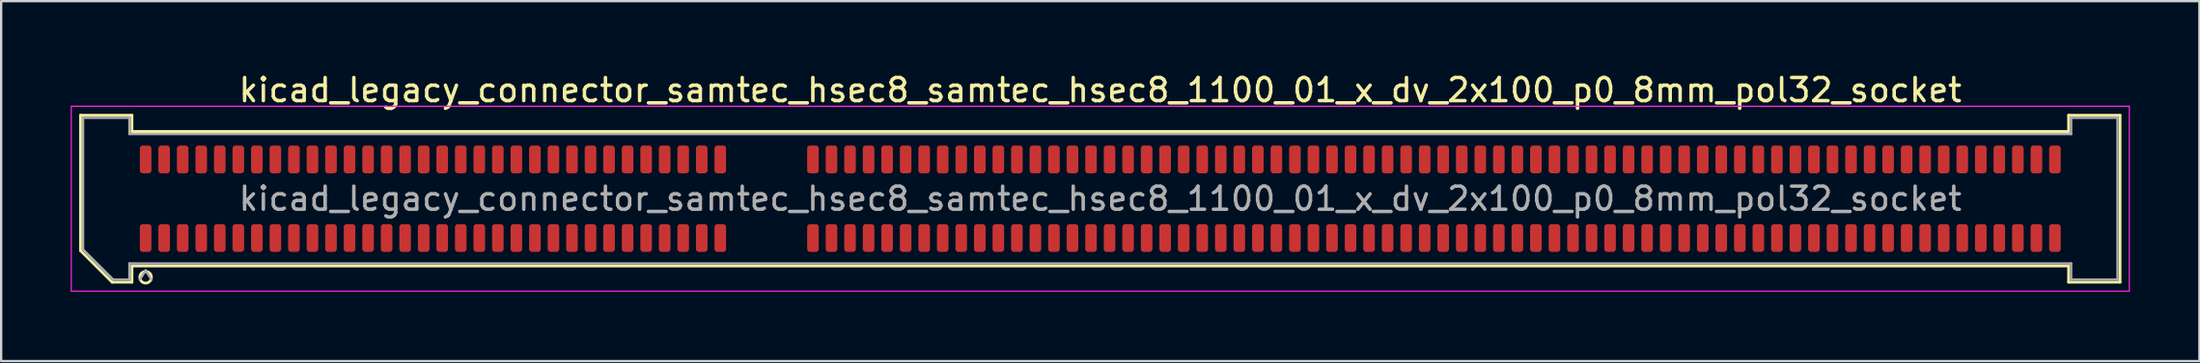
<source format=kicad_pcb>
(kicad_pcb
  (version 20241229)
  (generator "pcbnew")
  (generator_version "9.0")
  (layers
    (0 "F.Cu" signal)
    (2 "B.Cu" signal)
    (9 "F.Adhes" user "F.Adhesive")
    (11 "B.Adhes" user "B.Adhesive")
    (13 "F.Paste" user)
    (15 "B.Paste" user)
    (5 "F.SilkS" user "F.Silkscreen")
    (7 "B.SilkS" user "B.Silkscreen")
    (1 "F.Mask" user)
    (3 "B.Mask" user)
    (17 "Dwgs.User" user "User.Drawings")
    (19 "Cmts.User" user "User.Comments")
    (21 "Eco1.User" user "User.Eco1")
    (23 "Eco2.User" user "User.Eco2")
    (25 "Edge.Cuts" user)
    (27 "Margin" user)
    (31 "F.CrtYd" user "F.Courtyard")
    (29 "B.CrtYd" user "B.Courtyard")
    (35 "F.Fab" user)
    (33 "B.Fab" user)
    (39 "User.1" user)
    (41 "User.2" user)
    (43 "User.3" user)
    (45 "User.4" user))
  (footprint "kicad_legacy_connector_samtec_hsec8_samtec_hsec8_1100_01_x_dv_2x100_p0_8mm_pol32_socket"
    (layer "F.Cu")
    (at 44.435 5.548)
    (property "Reference" "kicad_legacy_connector_samtec_hsec8_samtec_hsec8_1100_01_x_dv_2x100_p0_8mm_pol32_socket" (at 0 -4.7 0) (layer "F.SilkS") (effects (font (size 1 1) (thickness 0.15))))
    (attr smd)
    (fp_line (start -44.01 -3.61) (end -41.79 -3.61) (stroke (width 0.12) (type solid)) (layer "F.SilkS"))
    (fp_line (start -44.01 2.246) (end -44.01 -3.61) (stroke (width 0.12) (type solid)) (layer "F.SilkS"))
    (fp_line (start -42.646 3.61) (end -44.01 2.246) (stroke (width 0.12) (type solid)) (layer "F.SilkS"))
    (fp_line (start -41.79 -3.61) (end -41.79 -2.91) (stroke (width 0.12) (type solid)) (layer "F.SilkS"))
    (fp_line (start -41.79 -2.91) (end 41.79 -2.91) (stroke (width 0.12) (type solid)) (layer "F.SilkS"))
    (fp_line (start -41.79 2.91) (end -41.79 3.61) (stroke (width 0.12) (type solid)) (layer "F.SilkS"))
    (fp_line (start -41.79 3.61) (end -42.646 3.61) (stroke (width 0.12) (type solid)) (layer "F.SilkS"))
    (fp_line (start 41.79 -3.61) (end 44.01 -3.61) (stroke (width 0.12) (type solid)) (layer "F.SilkS"))
    (fp_line (start 41.79 -2.91) (end 41.79 -3.61) (stroke (width 0.12) (type solid)) (layer "F.SilkS"))
    (fp_line (start 41.79 2.91) (end -41.79 2.91) (stroke (width 0.12) (type solid)) (layer "F.SilkS"))
    (fp_line (start 41.79 3.61) (end 41.79 2.91) (stroke (width 0.12) (type solid)) (layer "F.SilkS"))
    (fp_line (start 44.01 -3.61) (end 44.01 3.61) (stroke (width 0.12) (type solid)) (layer "F.SilkS"))
    (fp_line (start 44.01 3.61) (end 41.79 3.61) (stroke (width 0.12) (type solid)) (layer "F.SilkS"))
    (fp_arc (start -40.95 3.4) (mid -41.45 3.4) (end -40.95 3.4) (stroke (width 0.12) (type solid)) (layer "F.SilkS"))
    (fp_line (start -44.41 -4) (end -44.41 4) (stroke (width 0.05) (type solid)) (layer "F.CrtYd"))
    (fp_line (start -44.41 4) (end 44.41 4) (stroke (width 0.05) (type solid)) (layer "F.CrtYd"))
    (fp_line (start 44.41 -4) (end -44.41 -4) (stroke (width 0.05) (type solid)) (layer "F.CrtYd"))
    (fp_line (start 44.41 4) (end 44.41 -4) (stroke (width 0.05) (type solid)) (layer "F.CrtYd"))
    (fp_line (start -43.9 -3.5) (end -41.9 -3.5) (stroke (width 0.1) (type solid)) (layer "F.Fab"))
    (fp_line (start -43.9 2.2) (end -43.9 -3.5) (stroke (width 0.1) (type solid)) (layer "F.Fab"))
    (fp_line (start -42.6 3.5) (end -43.9 2.2) (stroke (width 0.1) (type solid)) (layer "F.Fab"))
    (fp_line (start -41.9 -3.5) (end -41.9 -2.8) (stroke (width 0.1) (type solid)) (layer "F.Fab"))
    (fp_line (start -41.9 -2.8) (end 41.9 -2.8) (stroke (width 0.1) (type solid)) (layer "F.Fab"))
    (fp_line (start -41.9 2.8) (end -41.9 3.5) (stroke (width 0.1) (type solid)) (layer "F.Fab"))
    (fp_line (start -41.9 3.5) (end -42.6 3.5) (stroke (width 0.1) (type solid)) (layer "F.Fab"))
    (fp_line (start -41.2 3.1) (end -41.45 3.5) (stroke (width 0.1) (type solid)) (layer "F.Fab"))
    (fp_line (start -41.2 3.1) (end -40.95 3.5) (stroke (width 0.1) (type solid)) (layer "F.Fab"))
    (fp_line (start 41.9 -3.5) (end 43.9 -3.5) (stroke (width 0.1) (type solid)) (layer "F.Fab"))
    (fp_line (start 41.9 -2.8) (end 41.9 -3.5) (stroke (width 0.1) (type solid)) (layer "F.Fab"))
    (fp_line (start 41.9 2.8) (end -41.9 2.8) (stroke (width 0.1) (type solid)) (layer "F.Fab"))
    (fp_line (start 41.9 3.5) (end 41.9 2.8) (stroke (width 0.1) (type solid)) (layer "F.Fab"))
    (fp_line (start 43.9 -3.5) (end 43.9 3.5) (stroke (width 0.1) (type solid)) (layer "F.Fab"))
    (fp_line (start 43.9 3.5) (end 41.9 3.5) (stroke (width 0.1) (type solid)) (layer "F.Fab"))
    (fp_text user "${REFERENCE}" (at 0 0 0) (layer "F.Fab") (effects (font (size 1 1) (thickness 0.15))))
    (pad "1" smd roundrect (at -41.2 1.7) (size 0.5 1.2) (layers "F.Cu" "F.Mask" "F.Paste") (roundrect_rratio 0.25))
    (pad "2" smd roundrect (at -41.2 -1.7) (size 0.5 1.2) (layers "F.Cu" "F.Mask" "F.Paste") (roundrect_rratio 0.25))
    (pad "3" smd roundrect (at -40.4 1.7) (size 0.5 1.2) (layers "F.Cu" "F.Mask" "F.Paste") (roundrect_rratio 0.25))
    (pad "4" smd roundrect (at -40.4 -1.7) (size 0.5 1.2) (layers "F.Cu" "F.Mask" "F.Paste") (roundrect_rratio 0.25))
    (pad "5" smd roundrect (at -39.6 1.7) (size 0.5 1.2) (layers "F.Cu" "F.Mask" "F.Paste") (roundrect_rratio 0.25))
    (pad "6" smd roundrect (at -39.6 -1.7) (size 0.5 1.2) (layers "F.Cu" "F.Mask" "F.Paste") (roundrect_rratio 0.25))
    (pad "7" smd roundrect (at -38.8 1.7) (size 0.5 1.2) (layers "F.Cu" "F.Mask" "F.Paste") (roundrect_rratio 0.25))
    (pad "8" smd roundrect (at -38.8 -1.7) (size 0.5 1.2) (layers "F.Cu" "F.Mask" "F.Paste") (roundrect_rratio 0.25))
    (pad "9" smd roundrect (at -38 1.7) (size 0.5 1.2) (layers "F.Cu" "F.Mask" "F.Paste") (roundrect_rratio 0.25))
    (pad "10" smd roundrect (at -38 -1.7) (size 0.5 1.2) (layers "F.Cu" "F.Mask" "F.Paste") (roundrect_rratio 0.25))
    (pad "11" smd roundrect (at -37.2 1.7) (size 0.5 1.2) (layers "F.Cu" "F.Mask" "F.Paste") (roundrect_rratio 0.25))
    (pad "12" smd roundrect (at -37.2 -1.7) (size 0.5 1.2) (layers "F.Cu" "F.Mask" "F.Paste") (roundrect_rratio 0.25))
    (pad "13" smd roundrect (at -36.4 1.7) (size 0.5 1.2) (layers "F.Cu" "F.Mask" "F.Paste") (roundrect_rratio 0.25))
    (pad "14" smd roundrect (at -36.4 -1.7) (size 0.5 1.2) (layers "F.Cu" "F.Mask" "F.Paste") (roundrect_rratio 0.25))
    (pad "15" smd roundrect (at -35.6 1.7) (size 0.5 1.2) (layers "F.Cu" "F.Mask" "F.Paste") (roundrect_rratio 0.25))
    (pad "16" smd roundrect (at -35.6 -1.7) (size 0.5 1.2) (layers "F.Cu" "F.Mask" "F.Paste") (roundrect_rratio 0.25))
    (pad "17" smd roundrect (at -34.8 1.7) (size 0.5 1.2) (layers "F.Cu" "F.Mask" "F.Paste") (roundrect_rratio 0.25))
    (pad "18" smd roundrect (at -34.8 -1.7) (size 0.5 1.2) (layers "F.Cu" "F.Mask" "F.Paste") (roundrect_rratio 0.25))
    (pad "19" smd roundrect (at -34 1.7) (size 0.5 1.2) (layers "F.Cu" "F.Mask" "F.Paste") (roundrect_rratio 0.25))
    (pad "20" smd roundrect (at -34 -1.7) (size 0.5 1.2) (layers "F.Cu" "F.Mask" "F.Paste") (roundrect_rratio 0.25))
    (pad "21" smd roundrect (at -33.2 1.7) (size 0.5 1.2) (layers "F.Cu" "F.Mask" "F.Paste") (roundrect_rratio 0.25))
    (pad "22" smd roundrect (at -33.2 -1.7) (size 0.5 1.2) (layers "F.Cu" "F.Mask" "F.Paste") (roundrect_rratio 0.25))
    (pad "23" smd roundrect (at -32.4 1.7) (size 0.5 1.2) (layers "F.Cu" "F.Mask" "F.Paste") (roundrect_rratio 0.25))
    (pad "24" smd roundrect (at -32.4 -1.7) (size 0.5 1.2) (layers "F.Cu" "F.Mask" "F.Paste") (roundrect_rratio 0.25))
    (pad "25" smd roundrect (at -31.6 1.7) (size 0.5 1.2) (layers "F.Cu" "F.Mask" "F.Paste") (roundrect_rratio 0.25))
    (pad "26" smd roundrect (at -31.6 -1.7) (size 0.5 1.2) (layers "F.Cu" "F.Mask" "F.Paste") (roundrect_rratio 0.25))
    (pad "27" smd roundrect (at -30.8 1.7) (size 0.5 1.2) (layers "F.Cu" "F.Mask" "F.Paste") (roundrect_rratio 0.25))
    (pad "28" smd roundrect (at -30.8 -1.7) (size 0.5 1.2) (layers "F.Cu" "F.Mask" "F.Paste") (roundrect_rratio 0.25))
    (pad "29" smd roundrect (at -30 1.7) (size 0.5 1.2) (layers "F.Cu" "F.Mask" "F.Paste") (roundrect_rratio 0.25))
    (pad "30" smd roundrect (at -30 -1.7) (size 0.5 1.2) (layers "F.Cu" "F.Mask" "F.Paste") (roundrect_rratio 0.25))
    (pad "31" smd roundrect (at -29.2 1.7) (size 0.5 1.2) (layers "F.Cu" "F.Mask" "F.Paste") (roundrect_rratio 0.25))
    (pad "32" smd roundrect (at -29.2 -1.7) (size 0.5 1.2) (layers "F.Cu" "F.Mask" "F.Paste") (roundrect_rratio 0.25))
    (pad "33" smd roundrect (at -28.4 1.7) (size 0.5 1.2) (layers "F.Cu" "F.Mask" "F.Paste") (roundrect_rratio 0.25))
    (pad "34" smd roundrect (at -28.4 -1.7) (size 0.5 1.2) (layers "F.Cu" "F.Mask" "F.Paste") (roundrect_rratio 0.25))
    (pad "35" smd roundrect (at -27.6 1.7) (size 0.5 1.2) (layers "F.Cu" "F.Mask" "F.Paste") (roundrect_rratio 0.25))
    (pad "36" smd roundrect (at -27.6 -1.7) (size 0.5 1.2) (layers "F.Cu" "F.Mask" "F.Paste") (roundrect_rratio 0.25))
    (pad "37" smd roundrect (at -26.8 1.7) (size 0.5 1.2) (layers "F.Cu" "F.Mask" "F.Paste") (roundrect_rratio 0.25))
    (pad "38" smd roundrect (at -26.8 -1.7) (size 0.5 1.2) (layers "F.Cu" "F.Mask" "F.Paste") (roundrect_rratio 0.25))
    (pad "39" smd roundrect (at -26 1.7) (size 0.5 1.2) (layers "F.Cu" "F.Mask" "F.Paste") (roundrect_rratio 0.25))
    (pad "40" smd roundrect (at -26 -1.7) (size 0.5 1.2) (layers "F.Cu" "F.Mask" "F.Paste") (roundrect_rratio 0.25))
    (pad "41" smd roundrect (at -25.2 1.7) (size 0.5 1.2) (layers "F.Cu" "F.Mask" "F.Paste") (roundrect_rratio 0.25))
    (pad "42" smd roundrect (at -25.2 -1.7) (size 0.5 1.2) (layers "F.Cu" "F.Mask" "F.Paste") (roundrect_rratio 0.25))
    (pad "43" smd roundrect (at -24.4 1.7) (size 0.5 1.2) (layers "F.Cu" "F.Mask" "F.Paste") (roundrect_rratio 0.25))
    (pad "44" smd roundrect (at -24.4 -1.7) (size 0.5 1.2) (layers "F.Cu" "F.Mask" "F.Paste") (roundrect_rratio 0.25))
    (pad "45" smd roundrect (at -23.6 1.7) (size 0.5 1.2) (layers "F.Cu" "F.Mask" "F.Paste") (roundrect_rratio 0.25))
    (pad "46" smd roundrect (at -23.6 -1.7) (size 0.5 1.2) (layers "F.Cu" "F.Mask" "F.Paste") (roundrect_rratio 0.25))
    (pad "47" smd roundrect (at -22.8 1.7) (size 0.5 1.2) (layers "F.Cu" "F.Mask" "F.Paste") (roundrect_rratio 0.25))
    (pad "48" smd roundrect (at -22.8 -1.7) (size 0.5 1.2) (layers "F.Cu" "F.Mask" "F.Paste") (roundrect_rratio 0.25))
    (pad "49" smd roundrect (at -22 1.7) (size 0.5 1.2) (layers "F.Cu" "F.Mask" "F.Paste") (roundrect_rratio 0.25))
    (pad "50" smd roundrect (at -22 -1.7) (size 0.5 1.2) (layers "F.Cu" "F.Mask" "F.Paste") (roundrect_rratio 0.25))
    (pad "51" smd roundrect (at -21.2 1.7) (size 0.5 1.2) (layers "F.Cu" "F.Mask" "F.Paste") (roundrect_rratio 0.25))
    (pad "52" smd roundrect (at -21.2 -1.7) (size 0.5 1.2) (layers "F.Cu" "F.Mask" "F.Paste") (roundrect_rratio 0.25))
    (pad "53" smd roundrect (at -20.4 1.7) (size 0.5 1.2) (layers "F.Cu" "F.Mask" "F.Paste") (roundrect_rratio 0.25))
    (pad "54" smd roundrect (at -20.4 -1.7) (size 0.5 1.2) (layers "F.Cu" "F.Mask" "F.Paste") (roundrect_rratio 0.25))
    (pad "55" smd roundrect (at -19.6 1.7) (size 0.5 1.2) (layers "F.Cu" "F.Mask" "F.Paste") (roundrect_rratio 0.25))
    (pad "56" smd roundrect (at -19.6 -1.7) (size 0.5 1.2) (layers "F.Cu" "F.Mask" "F.Paste") (roundrect_rratio 0.25))
    (pad "57" smd roundrect (at -18.8 1.7) (size 0.5 1.2) (layers "F.Cu" "F.Mask" "F.Paste") (roundrect_rratio 0.25))
    (pad "58" smd roundrect (at -18.8 -1.7) (size 0.5 1.2) (layers "F.Cu" "F.Mask" "F.Paste") (roundrect_rratio 0.25))
    (pad "59" smd roundrect (at -18 1.7) (size 0.5 1.2) (layers "F.Cu" "F.Mask" "F.Paste") (roundrect_rratio 0.25))
    (pad "60" smd roundrect (at -18 -1.7) (size 0.5 1.2) (layers "F.Cu" "F.Mask" "F.Paste") (roundrect_rratio 0.25))
    (pad "61" smd roundrect (at -17.2 1.7) (size 0.5 1.2) (layers "F.Cu" "F.Mask" "F.Paste") (roundrect_rratio 0.25))
    (pad "62" smd roundrect (at -17.2 -1.7) (size 0.5 1.2) (layers "F.Cu" "F.Mask" "F.Paste") (roundrect_rratio 0.25))
    (pad "63" smd roundrect (at -16.4 1.7) (size 0.5 1.2) (layers "F.Cu" "F.Mask" "F.Paste") (roundrect_rratio 0.25))
    (pad "64" smd roundrect (at -16.4 -1.7) (size 0.5 1.2) (layers "F.Cu" "F.Mask" "F.Paste") (roundrect_rratio 0.25))
    (pad "65" smd roundrect (at -12.4 1.7) (size 0.5 1.2) (layers "F.Cu" "F.Mask" "F.Paste") (roundrect_rratio 0.25))
    (pad "66" smd roundrect (at -12.4 -1.7) (size 0.5 1.2) (layers "F.Cu" "F.Mask" "F.Paste") (roundrect_rratio 0.25))
    (pad "67" smd roundrect (at -11.6 1.7) (size 0.5 1.2) (layers "F.Cu" "F.Mask" "F.Paste") (roundrect_rratio 0.25))
    (pad "68" smd roundrect (at -11.6 -1.7) (size 0.5 1.2) (layers "F.Cu" "F.Mask" "F.Paste") (roundrect_rratio 0.25))
    (pad "69" smd roundrect (at -10.8 1.7) (size 0.5 1.2) (layers "F.Cu" "F.Mask" "F.Paste") (roundrect_rratio 0.25))
    (pad "70" smd roundrect (at -10.8 -1.7) (size 0.5 1.2) (layers "F.Cu" "F.Mask" "F.Paste") (roundrect_rratio 0.25))
    (pad "71" smd roundrect (at -10 1.7) (size 0.5 1.2) (layers "F.Cu" "F.Mask" "F.Paste") (roundrect_rratio 0.25))
    (pad "72" smd roundrect (at -10 -1.7) (size 0.5 1.2) (layers "F.Cu" "F.Mask" "F.Paste") (roundrect_rratio 0.25))
    (pad "73" smd roundrect (at -9.2 1.7) (size 0.5 1.2) (layers "F.Cu" "F.Mask" "F.Paste") (roundrect_rratio 0.25))
    (pad "74" smd roundrect (at -9.2 -1.7) (size 0.5 1.2) (layers "F.Cu" "F.Mask" "F.Paste") (roundrect_rratio 0.25))
    (pad "75" smd roundrect (at -8.4 1.7) (size 0.5 1.2) (layers "F.Cu" "F.Mask" "F.Paste") (roundrect_rratio 0.25))
    (pad "76" smd roundrect (at -8.4 -1.7) (size 0.5 1.2) (layers "F.Cu" "F.Mask" "F.Paste") (roundrect_rratio 0.25))
    (pad "77" smd roundrect (at -7.6 1.7) (size 0.5 1.2) (layers "F.Cu" "F.Mask" "F.Paste") (roundrect_rratio 0.25))
    (pad "78" smd roundrect (at -7.6 -1.7) (size 0.5 1.2) (layers "F.Cu" "F.Mask" "F.Paste") (roundrect_rratio 0.25))
    (pad "79" smd roundrect (at -6.8 1.7) (size 0.5 1.2) (layers "F.Cu" "F.Mask" "F.Paste") (roundrect_rratio 0.25))
    (pad "80" smd roundrect (at -6.8 -1.7) (size 0.5 1.2) (layers "F.Cu" "F.Mask" "F.Paste") (roundrect_rratio 0.25))
    (pad "81" smd roundrect (at -6 1.7) (size 0.5 1.2) (layers "F.Cu" "F.Mask" "F.Paste") (roundrect_rratio 0.25))
    (pad "82" smd roundrect (at -6 -1.7) (size 0.5 1.2) (layers "F.Cu" "F.Mask" "F.Paste") (roundrect_rratio 0.25))
    (pad "83" smd roundrect (at -5.2 1.7) (size 0.5 1.2) (layers "F.Cu" "F.Mask" "F.Paste") (roundrect_rratio 0.25))
    (pad "84" smd roundrect (at -5.2 -1.7) (size 0.5 1.2) (layers "F.Cu" "F.Mask" "F.Paste") (roundrect_rratio 0.25))
    (pad "85" smd roundrect (at -4.4 1.7) (size 0.5 1.2) (layers "F.Cu" "F.Mask" "F.Paste") (roundrect_rratio 0.25))
    (pad "86" smd roundrect (at -4.4 -1.7) (size 0.5 1.2) (layers "F.Cu" "F.Mask" "F.Paste") (roundrect_rratio 0.25))
    (pad "87" smd roundrect (at -3.6 1.7) (size 0.5 1.2) (layers "F.Cu" "F.Mask" "F.Paste") (roundrect_rratio 0.25))
    (pad "88" smd roundrect (at -3.6 -1.7) (size 0.5 1.2) (layers "F.Cu" "F.Mask" "F.Paste") (roundrect_rratio 0.25))
    (pad "89" smd roundrect (at -2.8 1.7) (size 0.5 1.2) (layers "F.Cu" "F.Mask" "F.Paste") (roundrect_rratio 0.25))
    (pad "90" smd roundrect (at -2.8 -1.7) (size 0.5 1.2) (layers "F.Cu" "F.Mask" "F.Paste") (roundrect_rratio 0.25))
    (pad "91" smd roundrect (at -2 1.7) (size 0.5 1.2) (layers "F.Cu" "F.Mask" "F.Paste") (roundrect_rratio 0.25))
    (pad "92" smd roundrect (at -2 -1.7) (size 0.5 1.2) (layers "F.Cu" "F.Mask" "F.Paste") (roundrect_rratio 0.25))
    (pad "93" smd roundrect (at -1.2 1.7) (size 0.5 1.2) (layers "F.Cu" "F.Mask" "F.Paste") (roundrect_rratio 0.25))
    (pad "94" smd roundrect (at -1.2 -1.7) (size 0.5 1.2) (layers "F.Cu" "F.Mask" "F.Paste") (roundrect_rratio 0.25))
    (pad "95" smd roundrect (at -0.4 1.7) (size 0.5 1.2) (layers "F.Cu" "F.Mask" "F.Paste") (roundrect_rratio 0.25))
    (pad "96" smd roundrect (at -0.4 -1.7) (size 0.5 1.2) (layers "F.Cu" "F.Mask" "F.Paste") (roundrect_rratio 0.25))
    (pad "97" smd roundrect (at 0.4 1.7) (size 0.5 1.2) (layers "F.Cu" "F.Mask" "F.Paste") (roundrect_rratio 0.25))
    (pad "98" smd roundrect (at 0.4 -1.7) (size 0.5 1.2) (layers "F.Cu" "F.Mask" "F.Paste") (roundrect_rratio 0.25))
    (pad "99" smd roundrect (at 1.2 1.7) (size 0.5 1.2) (layers "F.Cu" "F.Mask" "F.Paste") (roundrect_rratio 0.25))
    (pad "100" smd roundrect (at 1.2 -1.7) (size 0.5 1.2) (layers "F.Cu" "F.Mask" "F.Paste") (roundrect_rratio 0.25))
    (pad "101" smd roundrect (at 2 1.7) (size 0.5 1.2) (layers "F.Cu" "F.Mask" "F.Paste") (roundrect_rratio 0.25))
    (pad "102" smd roundrect (at 2 -1.7) (size 0.5 1.2) (layers "F.Cu" "F.Mask" "F.Paste") (roundrect_rratio 0.25))
    (pad "103" smd roundrect (at 2.8 1.7) (size 0.5 1.2) (layers "F.Cu" "F.Mask" "F.Paste") (roundrect_rratio 0.25))
    (pad "104" smd roundrect (at 2.8 -1.7) (size 0.5 1.2) (layers "F.Cu" "F.Mask" "F.Paste") (roundrect_rratio 0.25))
    (pad "105" smd roundrect (at 3.6 1.7) (size 0.5 1.2) (layers "F.Cu" "F.Mask" "F.Paste") (roundrect_rratio 0.25))
    (pad "106" smd roundrect (at 3.6 -1.7) (size 0.5 1.2) (layers "F.Cu" "F.Mask" "F.Paste") (roundrect_rratio 0.25))
    (pad "107" smd roundrect (at 4.4 1.7) (size 0.5 1.2) (layers "F.Cu" "F.Mask" "F.Paste") (roundrect_rratio 0.25))
    (pad "108" smd roundrect (at 4.4 -1.7) (size 0.5 1.2) (layers "F.Cu" "F.Mask" "F.Paste") (roundrect_rratio 0.25))
    (pad "109" smd roundrect (at 5.2 1.7) (size 0.5 1.2) (layers "F.Cu" "F.Mask" "F.Paste") (roundrect_rratio 0.25))
    (pad "110" smd roundrect (at 5.2 -1.7) (size 0.5 1.2) (layers "F.Cu" "F.Mask" "F.Paste") (roundrect_rratio 0.25))
    (pad "111" smd roundrect (at 6 1.7) (size 0.5 1.2) (layers "F.Cu" "F.Mask" "F.Paste") (roundrect_rratio 0.25))
    (pad "112" smd roundrect (at 6 -1.7) (size 0.5 1.2) (layers "F.Cu" "F.Mask" "F.Paste") (roundrect_rratio 0.25))
    (pad "113" smd roundrect (at 6.8 1.7) (size 0.5 1.2) (layers "F.Cu" "F.Mask" "F.Paste") (roundrect_rratio 0.25))
    (pad "114" smd roundrect (at 6.8 -1.7) (size 0.5 1.2) (layers "F.Cu" "F.Mask" "F.Paste") (roundrect_rratio 0.25))
    (pad "115" smd roundrect (at 7.6 1.7) (size 0.5 1.2) (layers "F.Cu" "F.Mask" "F.Paste") (roundrect_rratio 0.25))
    (pad "116" smd roundrect (at 7.6 -1.7) (size 0.5 1.2) (layers "F.Cu" "F.Mask" "F.Paste") (roundrect_rratio 0.25))
    (pad "117" smd roundrect (at 8.4 1.7) (size 0.5 1.2) (layers "F.Cu" "F.Mask" "F.Paste") (roundrect_rratio 0.25))
    (pad "118" smd roundrect (at 8.4 -1.7) (size 0.5 1.2) (layers "F.Cu" "F.Mask" "F.Paste") (roundrect_rratio 0.25))
    (pad "119" smd roundrect (at 9.2 1.7) (size 0.5 1.2) (layers "F.Cu" "F.Mask" "F.Paste") (roundrect_rratio 0.25))
    (pad "120" smd roundrect (at 9.2 -1.7) (size 0.5 1.2) (layers "F.Cu" "F.Mask" "F.Paste") (roundrect_rratio 0.25))
    (pad "121" smd roundrect (at 10 1.7) (size 0.5 1.2) (layers "F.Cu" "F.Mask" "F.Paste") (roundrect_rratio 0.25))
    (pad "122" smd roundrect (at 10 -1.7) (size 0.5 1.2) (layers "F.Cu" "F.Mask" "F.Paste") (roundrect_rratio 0.25))
    (pad "123" smd roundrect (at 10.8 1.7) (size 0.5 1.2) (layers "F.Cu" "F.Mask" "F.Paste") (roundrect_rratio 0.25))
    (pad "124" smd roundrect (at 10.8 -1.7) (size 0.5 1.2) (layers "F.Cu" "F.Mask" "F.Paste") (roundrect_rratio 0.25))
    (pad "125" smd roundrect (at 11.6 1.7) (size 0.5 1.2) (layers "F.Cu" "F.Mask" "F.Paste") (roundrect_rratio 0.25))
    (pad "126" smd roundrect (at 11.6 -1.7) (size 0.5 1.2) (layers "F.Cu" "F.Mask" "F.Paste") (roundrect_rratio 0.25))
    (pad "127" smd roundrect (at 12.4 1.7) (size 0.5 1.2) (layers "F.Cu" "F.Mask" "F.Paste") (roundrect_rratio 0.25))
    (pad "128" smd roundrect (at 12.4 -1.7) (size 0.5 1.2) (layers "F.Cu" "F.Mask" "F.Paste") (roundrect_rratio 0.25))
    (pad "129" smd roundrect (at 13.2 1.7) (size 0.5 1.2) (layers "F.Cu" "F.Mask" "F.Paste") (roundrect_rratio 0.25))
    (pad "130" smd roundrect (at 13.2 -1.7) (size 0.5 1.2) (layers "F.Cu" "F.Mask" "F.Paste") (roundrect_rratio 0.25))
    (pad "131" smd roundrect (at 14 1.7) (size 0.5 1.2) (layers "F.Cu" "F.Mask" "F.Paste") (roundrect_rratio 0.25))
    (pad "132" smd roundrect (at 14 -1.7) (size 0.5 1.2) (layers "F.Cu" "F.Mask" "F.Paste") (roundrect_rratio 0.25))
    (pad "133" smd roundrect (at 14.8 1.7) (size 0.5 1.2) (layers "F.Cu" "F.Mask" "F.Paste") (roundrect_rratio 0.25))
    (pad "134" smd roundrect (at 14.8 -1.7) (size 0.5 1.2) (layers "F.Cu" "F.Mask" "F.Paste") (roundrect_rratio 0.25))
    (pad "135" smd roundrect (at 15.6 1.7) (size 0.5 1.2) (layers "F.Cu" "F.Mask" "F.Paste") (roundrect_rratio 0.25))
    (pad "136" smd roundrect (at 15.6 -1.7) (size 0.5 1.2) (layers "F.Cu" "F.Mask" "F.Paste") (roundrect_rratio 0.25))
    (pad "137" smd roundrect (at 16.4 1.7) (size 0.5 1.2) (layers "F.Cu" "F.Mask" "F.Paste") (roundrect_rratio 0.25))
    (pad "138" smd roundrect (at 16.4 -1.7) (size 0.5 1.2) (layers "F.Cu" "F.Mask" "F.Paste") (roundrect_rratio 0.25))
    (pad "139" smd roundrect (at 17.2 1.7) (size 0.5 1.2) (layers "F.Cu" "F.Mask" "F.Paste") (roundrect_rratio 0.25))
    (pad "140" smd roundrect (at 17.2 -1.7) (size 0.5 1.2) (layers "F.Cu" "F.Mask" "F.Paste") (roundrect_rratio 0.25))
    (pad "141" smd roundrect (at 18 1.7) (size 0.5 1.2) (layers "F.Cu" "F.Mask" "F.Paste") (roundrect_rratio 0.25))
    (pad "142" smd roundrect (at 18 -1.7) (size 0.5 1.2) (layers "F.Cu" "F.Mask" "F.Paste") (roundrect_rratio 0.25))
    (pad "143" smd roundrect (at 18.8 1.7) (size 0.5 1.2) (layers "F.Cu" "F.Mask" "F.Paste") (roundrect_rratio 0.25))
    (pad "144" smd roundrect (at 18.8 -1.7) (size 0.5 1.2) (layers "F.Cu" "F.Mask" "F.Paste") (roundrect_rratio 0.25))
    (pad "145" smd roundrect (at 19.6 1.7) (size 0.5 1.2) (layers "F.Cu" "F.Mask" "F.Paste") (roundrect_rratio 0.25))
    (pad "146" smd roundrect (at 19.6 -1.7) (size 0.5 1.2) (layers "F.Cu" "F.Mask" "F.Paste") (roundrect_rratio 0.25))
    (pad "147" smd roundrect (at 20.4 1.7) (size 0.5 1.2) (layers "F.Cu" "F.Mask" "F.Paste") (roundrect_rratio 0.25))
    (pad "148" smd roundrect (at 20.4 -1.7) (size 0.5 1.2) (layers "F.Cu" "F.Mask" "F.Paste") (roundrect_rratio 0.25))
    (pad "149" smd roundrect (at 21.2 1.7) (size 0.5 1.2) (layers "F.Cu" "F.Mask" "F.Paste") (roundrect_rratio 0.25))
    (pad "150" smd roundrect (at 21.2 -1.7) (size 0.5 1.2) (layers "F.Cu" "F.Mask" "F.Paste") (roundrect_rratio 0.25))
    (pad "151" smd roundrect (at 22 1.7) (size 0.5 1.2) (layers "F.Cu" "F.Mask" "F.Paste") (roundrect_rratio 0.25))
    (pad "152" smd roundrect (at 22 -1.7) (size 0.5 1.2) (layers "F.Cu" "F.Mask" "F.Paste") (roundrect_rratio 0.25))
    (pad "153" smd roundrect (at 22.8 1.7) (size 0.5 1.2) (layers "F.Cu" "F.Mask" "F.Paste") (roundrect_rratio 0.25))
    (pad "154" smd roundrect (at 22.8 -1.7) (size 0.5 1.2) (layers "F.Cu" "F.Mask" "F.Paste") (roundrect_rratio 0.25))
    (pad "155" smd roundrect (at 23.6 1.7) (size 0.5 1.2) (layers "F.Cu" "F.Mask" "F.Paste") (roundrect_rratio 0.25))
    (pad "156" smd roundrect (at 23.6 -1.7) (size 0.5 1.2) (layers "F.Cu" "F.Mask" "F.Paste") (roundrect_rratio 0.25))
    (pad "157" smd roundrect (at 24.4 1.7) (size 0.5 1.2) (layers "F.Cu" "F.Mask" "F.Paste") (roundrect_rratio 0.25))
    (pad "158" smd roundrect (at 24.4 -1.7) (size 0.5 1.2) (layers "F.Cu" "F.Mask" "F.Paste") (roundrect_rratio 0.25))
    (pad "159" smd roundrect (at 25.2 1.7) (size 0.5 1.2) (layers "F.Cu" "F.Mask" "F.Paste") (roundrect_rratio 0.25))
    (pad "160" smd roundrect (at 25.2 -1.7) (size 0.5 1.2) (layers "F.Cu" "F.Mask" "F.Paste") (roundrect_rratio 0.25))
    (pad "161" smd roundrect (at 26 1.7) (size 0.5 1.2) (layers "F.Cu" "F.Mask" "F.Paste") (roundrect_rratio 0.25))
    (pad "162" smd roundrect (at 26 -1.7) (size 0.5 1.2) (layers "F.Cu" "F.Mask" "F.Paste") (roundrect_rratio 0.25))
    (pad "163" smd roundrect (at 26.8 1.7) (size 0.5 1.2) (layers "F.Cu" "F.Mask" "F.Paste") (roundrect_rratio 0.25))
    (pad "164" smd roundrect (at 26.8 -1.7) (size 0.5 1.2) (layers "F.Cu" "F.Mask" "F.Paste") (roundrect_rratio 0.25))
    (pad "165" smd roundrect (at 27.6 1.7) (size 0.5 1.2) (layers "F.Cu" "F.Mask" "F.Paste") (roundrect_rratio 0.25))
    (pad "166" smd roundrect (at 27.6 -1.7) (size 0.5 1.2) (layers "F.Cu" "F.Mask" "F.Paste") (roundrect_rratio 0.25))
    (pad "167" smd roundrect (at 28.4 1.7) (size 0.5 1.2) (layers "F.Cu" "F.Mask" "F.Paste") (roundrect_rratio 0.25))
    (pad "168" smd roundrect (at 28.4 -1.7) (size 0.5 1.2) (layers "F.Cu" "F.Mask" "F.Paste") (roundrect_rratio 0.25))
    (pad "169" smd roundrect (at 29.2 1.7) (size 0.5 1.2) (layers "F.Cu" "F.Mask" "F.Paste") (roundrect_rratio 0.25))
    (pad "170" smd roundrect (at 29.2 -1.7) (size 0.5 1.2) (layers "F.Cu" "F.Mask" "F.Paste") (roundrect_rratio 0.25))
    (pad "171" smd roundrect (at 30 1.7) (size 0.5 1.2) (layers "F.Cu" "F.Mask" "F.Paste") (roundrect_rratio 0.25))
    (pad "172" smd roundrect (at 30 -1.7) (size 0.5 1.2) (layers "F.Cu" "F.Mask" "F.Paste") (roundrect_rratio 0.25))
    (pad "173" smd roundrect (at 30.8 1.7) (size 0.5 1.2) (layers "F.Cu" "F.Mask" "F.Paste") (roundrect_rratio 0.25))
    (pad "174" smd roundrect (at 30.8 -1.7) (size 0.5 1.2) (layers "F.Cu" "F.Mask" "F.Paste") (roundrect_rratio 0.25))
    (pad "175" smd roundrect (at 31.6 1.7) (size 0.5 1.2) (layers "F.Cu" "F.Mask" "F.Paste") (roundrect_rratio 0.25))
    (pad "176" smd roundrect (at 31.6 -1.7) (size 0.5 1.2) (layers "F.Cu" "F.Mask" "F.Paste") (roundrect_rratio 0.25))
    (pad "177" smd roundrect (at 32.4 1.7) (size 0.5 1.2) (layers "F.Cu" "F.Mask" "F.Paste") (roundrect_rratio 0.25))
    (pad "178" smd roundrect (at 32.4 -1.7) (size 0.5 1.2) (layers "F.Cu" "F.Mask" "F.Paste") (roundrect_rratio 0.25))
    (pad "179" smd roundrect (at 33.2 1.7) (size 0.5 1.2) (layers "F.Cu" "F.Mask" "F.Paste") (roundrect_rratio 0.25))
    (pad "180" smd roundrect (at 33.2 -1.7) (size 0.5 1.2) (layers "F.Cu" "F.Mask" "F.Paste") (roundrect_rratio 0.25))
    (pad "181" smd roundrect (at 34 1.7) (size 0.5 1.2) (layers "F.Cu" "F.Mask" "F.Paste") (roundrect_rratio 0.25))
    (pad "182" smd roundrect (at 34 -1.7) (size 0.5 1.2) (layers "F.Cu" "F.Mask" "F.Paste") (roundrect_rratio 0.25))
    (pad "183" smd roundrect (at 34.8 1.7) (size 0.5 1.2) (layers "F.Cu" "F.Mask" "F.Paste") (roundrect_rratio 0.25))
    (pad "184" smd roundrect (at 34.8 -1.7) (size 0.5 1.2) (layers "F.Cu" "F.Mask" "F.Paste") (roundrect_rratio 0.25))
    (pad "185" smd roundrect (at 35.6 1.7) (size 0.5 1.2) (layers "F.Cu" "F.Mask" "F.Paste") (roundrect_rratio 0.25))
    (pad "186" smd roundrect (at 35.6 -1.7) (size 0.5 1.2) (layers "F.Cu" "F.Mask" "F.Paste") (roundrect_rratio 0.25))
    (pad "187" smd roundrect (at 36.4 1.7) (size 0.5 1.2) (layers "F.Cu" "F.Mask" "F.Paste") (roundrect_rratio 0.25))
    (pad "188" smd roundrect (at 36.4 -1.7) (size 0.5 1.2) (layers "F.Cu" "F.Mask" "F.Paste") (roundrect_rratio 0.25))
    (pad "189" smd roundrect (at 37.2 1.7) (size 0.5 1.2) (layers "F.Cu" "F.Mask" "F.Paste") (roundrect_rratio 0.25))
    (pad "190" smd roundrect (at 37.2 -1.7) (size 0.5 1.2) (layers "F.Cu" "F.Mask" "F.Paste") (roundrect_rratio 0.25))
    (pad "191" smd roundrect (at 38 1.7) (size 0.5 1.2) (layers "F.Cu" "F.Mask" "F.Paste") (roundrect_rratio 0.25))
    (pad "192" smd roundrect (at 38 -1.7) (size 0.5 1.2) (layers "F.Cu" "F.Mask" "F.Paste") (roundrect_rratio 0.25))
    (pad "193" smd roundrect (at 38.8 1.7) (size 0.5 1.2) (layers "F.Cu" "F.Mask" "F.Paste") (roundrect_rratio 0.25))
    (pad "194" smd roundrect (at 38.8 -1.7) (size 0.5 1.2) (layers "F.Cu" "F.Mask" "F.Paste") (roundrect_rratio 0.25))
    (pad "195" smd roundrect (at 39.6 1.7) (size 0.5 1.2) (layers "F.Cu" "F.Mask" "F.Paste") (roundrect_rratio 0.25))
    (pad "196" smd roundrect (at 39.6 -1.7) (size 0.5 1.2) (layers "F.Cu" "F.Mask" "F.Paste") (roundrect_rratio 0.25))
    (pad "197" smd roundrect (at 40.4 1.7) (size 0.5 1.2) (layers "F.Cu" "F.Mask" "F.Paste") (roundrect_rratio 0.25))
    (pad "198" smd roundrect (at 40.4 -1.7) (size 0.5 1.2) (layers "F.Cu" "F.Mask" "F.Paste") (roundrect_rratio 0.25))
    (pad "199" smd roundrect (at 41.2 1.7) (size 0.5 1.2) (layers "F.Cu" "F.Mask" "F.Paste") (roundrect_rratio 0.25))
    (pad "200" smd roundrect (at 41.2 -1.7) (size 0.5 1.2) (layers "F.Cu" "F.Mask" "F.Paste") (roundrect_rratio 0.25)))
  (gr_rect
    (start -3 -3)
    (end 91.87 12.573)
    (stroke (width 0.1) (type default))
    (fill no)
    (layer "Edge.Cuts")))
</source>
